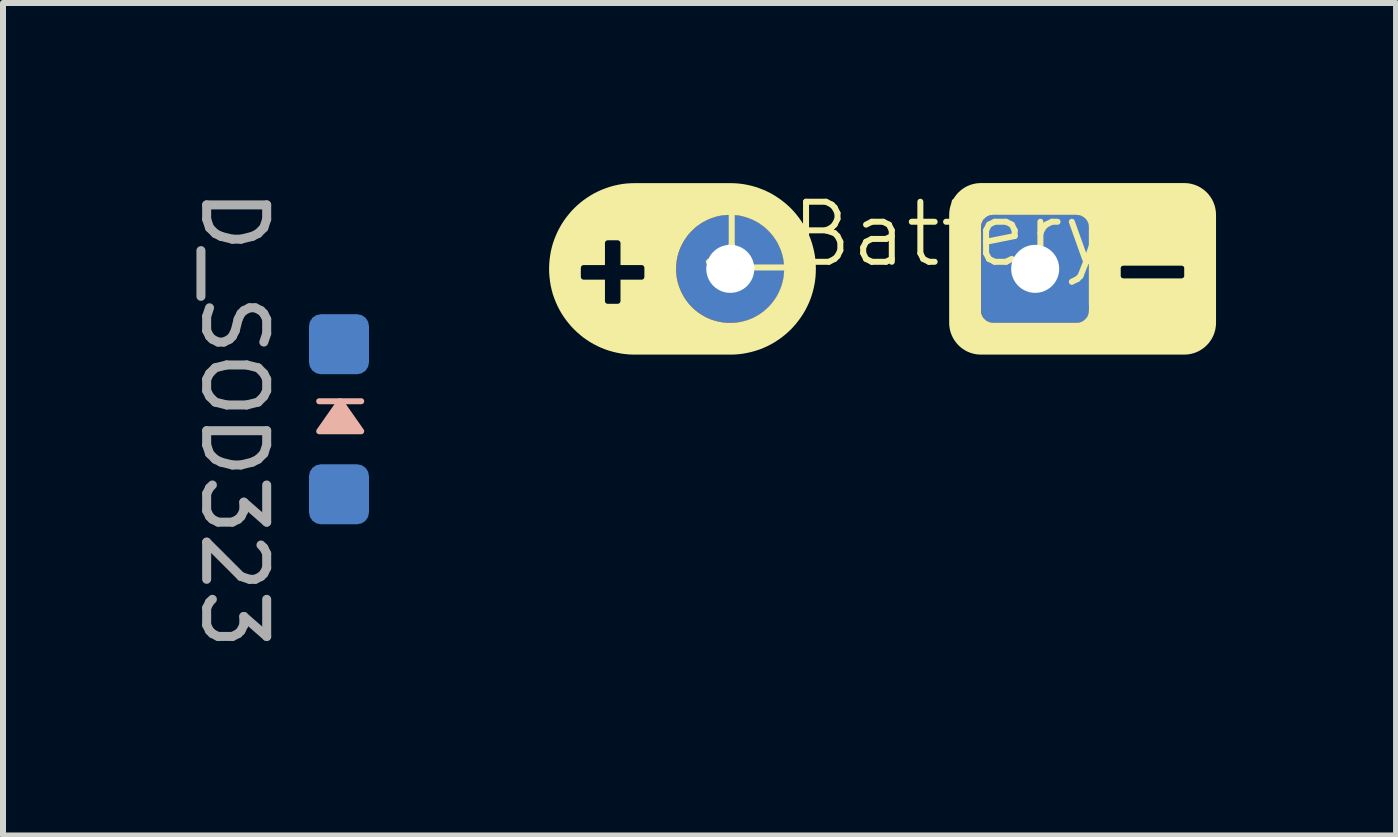
<source format=kicad_pcb>
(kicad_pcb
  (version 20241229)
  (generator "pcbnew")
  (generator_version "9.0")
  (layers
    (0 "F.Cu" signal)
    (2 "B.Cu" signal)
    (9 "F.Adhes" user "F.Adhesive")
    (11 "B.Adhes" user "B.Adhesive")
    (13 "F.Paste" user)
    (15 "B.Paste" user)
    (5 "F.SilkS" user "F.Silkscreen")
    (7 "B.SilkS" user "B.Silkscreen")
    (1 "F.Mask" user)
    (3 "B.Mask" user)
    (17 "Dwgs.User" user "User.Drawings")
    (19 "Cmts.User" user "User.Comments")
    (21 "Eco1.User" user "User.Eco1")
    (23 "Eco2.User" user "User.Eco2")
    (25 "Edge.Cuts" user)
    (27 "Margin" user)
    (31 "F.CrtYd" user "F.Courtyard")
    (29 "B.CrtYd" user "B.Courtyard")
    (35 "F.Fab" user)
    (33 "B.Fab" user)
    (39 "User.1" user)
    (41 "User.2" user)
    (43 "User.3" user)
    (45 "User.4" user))
  (footprint "D_SOD323"
    (layer "F.Cu")
    (at 2.598 3.935)
    (property "Reference" "D_SOD323" (at -1.75 0 270) (unlocked yes) (layer "F.Fab") (effects (font (size 1 1) (thickness 0.15))))
    (attr smd)
    (fp_line (start -0.33 -0.3) (end 0.37 -0.3) (stroke (width 0.1) (type solid)) (layer "B.SilkS"))
    (fp_poly (pts (xy 0.02 -0.3) (xy -0.33 0.2) (xy 0.37 0.2)) (stroke (width 0.1) (type solid)) (fill yes) (layer "B.SilkS"))
    (pad "1" smd roundrect (at 0 -1.25 90) (size 1 1) (layers "B.Cu" "B.Mask" "B.Paste") (roundrect_rratio 0.2))
    (pad "2" smd roundrect (at 0 1.25 90) (size 1 1) (layers "B.Cu" "B.Mask" "B.Paste") (roundrect_rratio 0.2)))
  (footprint "J_Battery"
    (layer "F.Cu")
    (at 11.657 1.429)
    (property "Reference" "J_Battery" (at 0.365 -0.575 0) (unlocked yes) (layer "F.SilkS") (effects (font (size 1 1) (thickness 0.1))))
    (attr through_hole)
    (fp_poly (pts (xy 5.051 -1.428) (xy 5.077 -1.426) (xy 5.104 -1.423) (xy 5.13 -1.418) (xy 5.156 -1.412) (xy 5.181 -1.405) (xy 5.205 -1.397) (xy 5.229 -1.387) (xy 5.253 -1.377) (xy 5.276 -1.365) (xy 5.298 -1.352) (xy 5.319 -1.338) (xy 5.34 -1.324) (xy 5.36 -1.308) (xy 5.379 -1.291) (xy 5.398 -1.274) (xy 5.415 -1.255) (xy 5.432 -1.236) (xy 5.447 -1.216) (xy 5.462 -1.195) (xy 5.476 -1.174) (xy 5.489 -1.152) (xy 5.5 -1.129) (xy 5.511 -1.106) (xy 5.52 -1.082) (xy 5.529 -1.057) (xy 5.536 -1.032) (xy 5.542 -1.006) (xy 5.546 -0.98) (xy 5.55 -0.954) (xy 5.552 -0.927) (xy 5.553 -0.9) (xy 5.553 0.9) (xy 5.552 0.927) (xy 5.55 0.954) (xy 5.546 0.98) (xy 5.542 1.006) (xy 5.536 1.032) (xy 5.529 1.057) (xy 5.52 1.082) (xy 5.511 1.106) (xy 5.5 1.129) (xy 5.489 1.152) (xy 5.476 1.174) (xy 5.462 1.195) (xy 5.447 1.216) (xy 5.432 1.236) (xy 5.415 1.255) (xy 5.398 1.274) (xy 5.379 1.291) (xy 5.36 1.308) (xy 5.34 1.324) (xy 5.319 1.338) (xy 5.298 1.352) (xy 5.276 1.365) (xy 5.253 1.377) (xy 5.229 1.387) (xy 5.205 1.397) (xy 5.181 1.405) (xy 5.156 1.412) (xy 5.13 1.418) (xy 5.104 1.423) (xy 5.077 1.426) (xy 5.051 1.428) (xy 5.023 1.429) (xy 1.637 1.429) (xy 1.609 1.428) (xy 1.583 1.426) (xy 1.556 1.423) (xy 1.53 1.418) (xy 1.504 1.412) (xy 1.479 1.405) (xy 1.455 1.397) (xy 1.431 1.387) (xy 1.407 1.377) (xy 1.384 1.365) (xy 1.362 1.352) (xy 1.341 1.338) (xy 1.32 1.324) (xy 1.3 1.308) (xy 1.281 1.291) (xy 1.262 1.274) (xy 1.245 1.255) (xy 1.228 1.236) (xy 1.213 1.216) (xy 1.198 1.195) (xy 1.184 1.174) (xy 1.171 1.152) (xy 1.16 1.129) (xy 1.149 1.106) (xy 1.14 1.082) (xy 1.131 1.057) (xy 1.124 1.032) (xy 1.118 1.006) (xy 1.114 0.98) (xy 1.11 0.954) (xy 1.108 0.927) (xy 1.107 0.9) (xy 1.107 -0.671) (xy 1.637 -0.671) (xy 1.637 -0.637) (xy 1.638 -0.572) (xy 1.638 0.616) (xy 1.638 0.649) (xy 1.638 0.666) (xy 1.638 0.682) (xy 1.638 0.699) (xy 1.639 0.707) (xy 1.639 0.715) (xy 1.64 0.723) (xy 1.641 0.732) (xy 1.643 0.74) (xy 1.645 0.748) (xy 1.648 0.758) (xy 1.651 0.768) (xy 1.655 0.778) (xy 1.66 0.788) (xy 1.666 0.798) (xy 1.671 0.807) (xy 1.678 0.816) (xy 1.685 0.824) (xy 1.692 0.833) (xy 1.7 0.841) (xy 1.708 0.848) (xy 1.717 0.855) (xy 1.725 0.862) (xy 1.735 0.868) (xy 1.744 0.873) (xy 1.754 0.879) (xy 1.763 0.883) (xy 1.773 0.886) (xy 1.783 0.889) (xy 1.793 0.892) (xy 1.803 0.894) (xy 1.813 0.896) (xy 1.823 0.897) (xy 1.833 0.898) (xy 1.843 0.899) (xy 1.854 0.899) (xy 1.874 0.899) (xy 1.915 0.899) (xy 3.163 0.899) (xy 3.202 0.9) (xy 3.221 0.899) (xy 3.231 0.899) (xy 3.24 0.898) (xy 3.25 0.898) (xy 3.26 0.896) (xy 3.269 0.895) (xy 3.278 0.893) (xy 3.288 0.891) (xy 3.297 0.888) (xy 3.306 0.885) (xy 3.315 0.881) (xy 3.32 0.879) (xy 3.325 0.876) (xy 3.331 0.873) (xy 3.336 0.87) (xy 3.34 0.867) (xy 3.345 0.864) (xy 3.35 0.86) (xy 3.355 0.857) (xy 3.359 0.853) (xy 3.364 0.849) (xy 3.368 0.846) (xy 3.372 0.842) (xy 3.376 0.838) (xy 3.38 0.833) (xy 3.384 0.829) (xy 3.388 0.825) (xy 3.394 0.819) (xy 3.399 0.812) (xy 3.403 0.805) (xy 3.408 0.798) (xy 3.412 0.791) (xy 3.415 0.784) (xy 3.421 0.769) (xy 3.426 0.753) (xy 3.43 0.737) (xy 3.432 0.721) (xy 3.434 0.704) (xy 3.435 0.688) (xy 3.436 0.671) (xy 3.436 0.637) (xy 3.434 0.572) (xy 3.434 -0.01) (xy 3.965 -0.01) (xy 3.965 0.116) (xy 3.965 0.118) (xy 3.965 0.12) (xy 3.965 0.123) (xy 3.966 0.125) (xy 3.966 0.127) (xy 3.967 0.129) (xy 3.968 0.131) (xy 3.968 0.133) (xy 3.969 0.135) (xy 3.97 0.137) (xy 3.972 0.138) (xy 3.973 0.14) (xy 3.974 0.142) (xy 3.976 0.144) (xy 3.977 0.145) (xy 3.979 0.147) (xy 3.98 0.148) (xy 3.982 0.149) (xy 3.984 0.151) (xy 3.986 0.152) (xy 3.988 0.153) (xy 3.99 0.154) (xy 3.992 0.155) (xy 3.995 0.156) (xy 3.997 0.156) (xy 3.999 0.157) (xy 4.001 0.158) (xy 4.004 0.158) (xy 4.006 0.158) (xy 4.009 0.159) (xy 4.012 0.159) (xy 4.014 0.159) (xy 4.972 0.159) (xy 4.975 0.159) (xy 4.977 0.159) (xy 4.98 0.158) (xy 4.983 0.158) (xy 4.985 0.158) (xy 4.988 0.157) (xy 4.99 0.156) (xy 4.992 0.156) (xy 4.995 0.155) (xy 4.997 0.154) (xy 4.999 0.153) (xy 5.001 0.152) (xy 5.003 0.151) (xy 5.006 0.149) (xy 5.008 0.148) (xy 5.01 0.147) (xy 5.011 0.145) (xy 5.013 0.144) (xy 5.014 0.142) (xy 5.016 0.14) (xy 5.017 0.138) (xy 5.018 0.137) (xy 5.019 0.135) (xy 5.02 0.133) (xy 5.021 0.131) (xy 5.021 0.129) (xy 5.022 0.127) (xy 5.022 0.125) (xy 5.023 0.123) (xy 5.023 0.12) (xy 5.023 0.118) (xy 5.023 0.116) (xy 5.023 -0.01) (xy 5.023 -0.012) (xy 5.023 -0.015) (xy 5.023 -0.017) (xy 5.022 -0.019) (xy 5.022 -0.021) (xy 5.021 -0.023) (xy 5.021 -0.025) (xy 5.02 -0.027) (xy 5.019 -0.029) (xy 5.018 -0.031) (xy 5.017 -0.033) (xy 5.016 -0.034) (xy 5.014 -0.036) (xy 5.013 -0.038) (xy 5.011 -0.039) (xy 5.01 -0.041) (xy 5.008 -0.042) (xy 5.006 -0.044) (xy 5.003 -0.045) (xy 5.001 -0.046) (xy 4.999 -0.047) (xy 4.997 -0.048) (xy 4.995 -0.049) (xy 4.992 -0.05) (xy 4.99 -0.051) (xy 4.988 -0.051) (xy 4.985 -0.052) (xy 4.983 -0.052) (xy 4.98 -0.052) (xy 4.977 -0.053) (xy 4.975 -0.053) (xy 4.972 -0.053) (xy 4.014 -0.053) (xy 4.012 -0.053) (xy 4.009 -0.053) (xy 4.006 -0.052) (xy 4.004 -0.052) (xy 4.001 -0.052) (xy 3.999 -0.051) (xy 3.997 -0.051) (xy 3.995 -0.05) (xy 3.992 -0.049) (xy 3.99 -0.048) (xy 3.988 -0.047) (xy 3.986 -0.046) (xy 3.984 -0.045) (xy 3.982 -0.044) (xy 3.98 -0.042) (xy 3.979 -0.041) (xy 3.977 -0.039) (xy 3.976 -0.038) (xy 3.974 -0.036) (xy 3.973 -0.034) (xy 3.972 -0.033) (xy 3.97 -0.031) (xy 3.969 -0.029) (xy 3.968 -0.027) (xy 3.968 -0.025) (xy 3.967 -0.023) (xy 3.966 -0.021) (xy 3.966 -0.019) (xy 3.965 -0.017) (xy 3.965 -0.015) (xy 3.965 -0.012) (xy 3.965 -0.01) (xy 3.434 -0.01) (xy 3.434 -0.616) (xy 3.435 -0.649) (xy 3.435 -0.666) (xy 3.435 -0.682) (xy 3.434 -0.699) (xy 3.434 -0.707) (xy 3.433 -0.715) (xy 3.432 -0.723) (xy 3.431 -0.732) (xy 3.43 -0.74) (xy 3.428 -0.748) (xy 3.425 -0.758) (xy 3.421 -0.768) (xy 3.417 -0.778) (xy 3.412 -0.788) (xy 3.407 -0.798) (xy 3.401 -0.807) (xy 3.395 -0.816) (xy 3.388 -0.824) (xy 3.38 -0.833) (xy 3.373 -0.841) (xy 3.364 -0.848) (xy 3.356 -0.855) (xy 3.347 -0.862) (xy 3.338 -0.868) (xy 3.328 -0.873) (xy 3.319 -0.878) (xy 3.309 -0.883) (xy 3.3 -0.886) (xy 3.29 -0.889) (xy 3.28 -0.892) (xy 3.27 -0.894) (xy 3.26 -0.896) (xy 3.25 -0.897) (xy 3.239 -0.898) (xy 3.229 -0.899) (xy 3.219 -0.899) (xy 3.198 -0.899) (xy 3.157 -0.899) (xy 1.919 -0.899) (xy 1.878 -0.9) (xy 1.857 -0.899) (xy 1.847 -0.899) (xy 1.837 -0.899) (xy 1.827 -0.898) (xy 1.816 -0.897) (xy 1.806 -0.895) (xy 1.796 -0.894) (xy 1.786 -0.891) (xy 1.777 -0.889) (xy 1.767 -0.885) (xy 1.757 -0.881) (xy 1.752 -0.879) (xy 1.747 -0.876) (xy 1.742 -0.873) (xy 1.737 -0.87) (xy 1.732 -0.867) (xy 1.727 -0.864) (xy 1.722 -0.86) (xy 1.718 -0.857) (xy 1.713 -0.853) (xy 1.709 -0.849) (xy 1.705 -0.846) (xy 1.7 -0.842) (xy 1.696 -0.838) (xy 1.692 -0.833) (xy 1.688 -0.829) (xy 1.684 -0.825) (xy 1.679 -0.819) (xy 1.674 -0.812) (xy 1.669 -0.805) (xy 1.665 -0.798) (xy 1.661 -0.791) (xy 1.657 -0.784) (xy 1.651 -0.769) (xy 1.647 -0.753) (xy 1.643 -0.737) (xy 1.64 -0.721) (xy 1.638 -0.704) (xy 1.637 -0.688) (xy 1.637 -0.671) (xy 1.107 -0.671) (xy 1.107 -0.9) (xy 1.108 -0.927) (xy 1.11 -0.954) (xy 1.114 -0.98) (xy 1.118 -1.006) (xy 1.124 -1.032) (xy 1.131 -1.057) (xy 1.14 -1.082) (xy 1.149 -1.106) (xy 1.16 -1.129) (xy 1.171 -1.152) (xy 1.184 -1.174) (xy 1.198 -1.195) (xy 1.213 -1.216) (xy 1.228 -1.236) (xy 1.245 -1.255) (xy 1.262 -1.274) (xy 1.281 -1.291) (xy 1.3 -1.308) (xy 1.32 -1.324) (xy 1.341 -1.338) (xy 1.362 -1.352) (xy 1.384 -1.365) (xy 1.407 -1.377) (xy 1.431 -1.387) (xy 1.455 -1.397) (xy 1.479 -1.405) (xy 1.504 -1.412) (xy 1.53 -1.418) (xy 1.556 -1.423) (xy 1.583 -1.426) (xy 1.609 -1.428) (xy 1.637 -1.429) (xy 5.023 -1.429)) (stroke (width 0) (type solid)) (fill yes) (layer "F.SilkS"))
    (fp_poly (pts (xy -2.469 -1.426) (xy -2.396 -1.421) (xy -2.325 -1.412) (xy -2.255 -1.399) (xy -2.185 -1.383) (xy -2.118 -1.364) (xy -2.051 -1.341) (xy -1.986 -1.316) (xy -1.923 -1.287) (xy -1.861 -1.256) (xy -1.802 -1.221) (xy -1.744 -1.184) (xy -1.688 -1.144) (xy -1.634 -1.102) (xy -1.582 -1.057) (xy -1.532 -1.01) (xy -1.485 -0.96) (xy -1.44 -0.908) (xy -1.398 -0.854) (xy -1.358 -0.798) (xy -1.321 -0.74) (xy -1.286 -0.68) (xy -1.255 -0.619) (xy -1.226 -0.555) (xy -1.2 -0.491) (xy -1.178 -0.424) (xy -1.159 -0.356) (xy -1.143 -0.287) (xy -1.13 -0.217) (xy -1.121 -0.145) (xy -1.116 -0.073) (xy -1.114 0.001) (xy -1.116 0.074) (xy -1.121 0.147) (xy -1.13 0.218) (xy -1.143 0.289) (xy -1.159 0.358) (xy -1.178 0.426) (xy -1.2 0.492) (xy -1.226 0.557) (xy -1.255 0.62) (xy -1.286 0.682) (xy -1.321 0.742) (xy -1.358 0.799) (xy -1.398 0.855) (xy -1.44 0.909) (xy -1.485 0.961) (xy -1.532 1.011) (xy -1.582 1.058) (xy -1.634 1.103) (xy -1.688 1.146) (xy -1.744 1.185) (xy -1.802 1.223) (xy -1.861 1.257) (xy -1.923 1.289) (xy -1.986 1.317) (xy -2.051 1.343) (xy -2.118 1.365) (xy -2.185 1.384) (xy -2.255 1.4) (xy -2.325 1.413) (xy -2.396 1.422) (xy -2.469 1.428) (xy -2.542 1.429) (xy -4.13 1.429) (xy -4.204 1.428) (xy -4.276 1.422) (xy -4.348 1.413) (xy -4.418 1.4) (xy -4.487 1.384) (xy -4.555 1.365) (xy -4.621 1.343) (xy -4.686 1.317) (xy -4.749 1.289) (xy -4.811 1.257) (xy -4.871 1.223) (xy -4.929 1.185) (xy -4.985 1.146) (xy -5.039 1.103) (xy -5.091 1.058) (xy -5.14 1.011) (xy -5.188 0.961) (xy -5.232 0.909) (xy -5.275 0.855) (xy -5.315 0.799) (xy -5.352 0.742) (xy -5.386 0.682) (xy -5.418 0.62) (xy -5.446 0.557) (xy -5.472 0.492) (xy -5.495 0.426) (xy -5.514 0.358) (xy -5.53 0.289) (xy -5.542 0.218) (xy -5.551 0.147) (xy -5.557 0.074) (xy -5.559 0.001) (xy -5.558 -0.014) (xy -5.03 -0.014) (xy -5.03 0.131) (xy -5.03 0.134) (xy -5.029 0.136) (xy -5.029 0.139) (xy -5.029 0.141) (xy -5.028 0.144) (xy -5.028 0.146) (xy -5.027 0.148) (xy -5.026 0.151) (xy -5.025 0.153) (xy -5.024 0.155) (xy -5.023 0.157) (xy -5.022 0.159) (xy -5.021 0.161) (xy -5.019 0.163) (xy -5.017 0.165) (xy -5.016 0.167) (xy -5.014 0.168) (xy -5.012 0.17) (xy -5.01 0.171) (xy -5.008 0.173) (xy -5.005 0.174) (xy -5.003 0.175) (xy -5.001 0.176) (xy -4.999 0.177) (xy -4.996 0.178) (xy -4.994 0.178) (xy -4.991 0.179) (xy -4.989 0.18) (xy -4.986 0.18) (xy -4.984 0.18) (xy -4.981 0.18) (xy -4.978 0.18) (xy -4.628 0.18) (xy -4.628 0.533) (xy -4.628 0.536) (xy -4.628 0.539) (xy -4.628 0.541) (xy -4.627 0.544) (xy -4.627 0.546) (xy -4.626 0.548) (xy -4.626 0.551) (xy -4.625 0.553) (xy -4.624 0.555) (xy -4.623 0.557) (xy -4.622 0.559) (xy -4.621 0.561) (xy -4.619 0.563) (xy -4.618 0.565) (xy -4.616 0.567) (xy -4.615 0.569) (xy -4.613 0.571) (xy -4.611 0.572) (xy -4.609 0.574) (xy -4.607 0.575) (xy -4.605 0.576) (xy -4.603 0.577) (xy -4.601 0.578) (xy -4.599 0.579) (xy -4.597 0.58) (xy -4.594 0.581) (xy -4.592 0.581) (xy -4.589 0.582) (xy -4.587 0.582) (xy -4.584 0.583) (xy -4.582 0.583) (xy -4.579 0.583) (xy -4.418 0.583) (xy -4.415 0.583) (xy -4.413 0.583) (xy -4.411 0.582) (xy -4.408 0.582) (xy -4.406 0.581) (xy -4.404 0.581) (xy -4.402 0.58) (xy -4.4 0.579) (xy -4.398 0.578) (xy -4.396 0.577) (xy -4.394 0.576) (xy -4.392 0.575) (xy -4.39 0.574) (xy -4.388 0.572) (xy -4.386 0.571) (xy -4.384 0.569) (xy -4.382 0.567) (xy -4.381 0.565) (xy -4.379 0.563) (xy -4.377 0.561) (xy -4.376 0.559) (xy -4.375 0.557) (xy -4.374 0.555) (xy -4.373 0.553) (xy -4.372 0.551) (xy -4.371 0.548) (xy -4.37 0.546) (xy -4.37 0.544) (xy -4.369 0.541) (xy -4.369 0.539) (xy -4.369 0.536) (xy -4.369 0.533) (xy -4.369 0.18) (xy -4.02 0.18) (xy -4.018 0.18) (xy -4.015 0.18) (xy -4.013 0.18) (xy -4.01 0.18) (xy -4.008 0.179) (xy -4.005 0.178) (xy -4.003 0.178) (xy -4.001 0.177) (xy -3.999 0.176) (xy -3.996 0.175) (xy -3.994 0.174) (xy -3.992 0.173) (xy -3.99 0.171) (xy -3.989 0.17) (xy -3.987 0.168) (xy -3.985 0.167) (xy -3.983 0.165) (xy -3.982 0.163) (xy -3.98 0.161) (xy -3.979 0.159) (xy -3.978 0.157) (xy -3.977 0.155) (xy -3.976 0.153) (xy -3.975 0.151) (xy -3.974 0.148) (xy -3.973 0.146) (xy -3.973 0.144) (xy -3.972 0.141) (xy -3.972 0.139) (xy -3.971 0.136) (xy -3.971 0.134) (xy -3.971 0.131) (xy -3.971 0.001) (xy -3.442 0.001) (xy -3.441 0.047) (xy -3.437 0.093) (xy -3.432 0.138) (xy -3.424 0.182) (xy -3.414 0.225) (xy -3.402 0.268) (xy -3.387 0.31) (xy -3.371 0.351) (xy -3.353 0.391) (xy -3.333 0.429) (xy -3.312 0.467) (xy -3.288 0.504) (xy -3.263 0.539) (xy -3.237 0.573) (xy -3.208 0.606) (xy -3.179 0.637) (xy -3.147 0.667) (xy -3.115 0.695) (xy -3.081 0.722) (xy -3.045 0.747) (xy -3.009 0.77) (xy -2.971 0.792) (xy -2.932 0.812) (xy -2.893 0.83) (xy -2.852 0.846) (xy -2.81 0.86) (xy -2.767 0.872) (xy -2.724 0.882) (xy -2.679 0.89) (xy -2.634 0.896) (xy -2.589 0.899) (xy -2.542 0.9) (xy -2.496 0.899) (xy -2.451 0.896) (xy -2.405 0.89) (xy -2.361 0.882) (xy -2.318 0.872) (xy -2.275 0.86) (xy -2.233 0.846) (xy -2.192 0.83) (xy -2.152 0.812) (xy -2.114 0.792) (xy -2.076 0.77) (xy -2.04 0.747) (xy -2.004 0.722) (xy -1.97 0.695) (xy -1.938 0.667) (xy -1.906 0.637) (xy -1.877 0.606) (xy -1.848 0.573) (xy -1.822 0.539) (xy -1.797 0.504) (xy -1.773 0.467) (xy -1.751 0.429) (xy -1.732 0.391) (xy -1.714 0.351) (xy -1.697 0.31) (xy -1.683 0.268) (xy -1.671 0.225) (xy -1.661 0.182) (xy -1.653 0.138) (xy -1.648 0.093) (xy -1.644 0.047) (xy -1.643 0.001) (xy -1.644 -0.046) (xy -1.648 -0.091) (xy -1.653 -0.136) (xy -1.661 -0.181) (xy -1.671 -0.224) (xy -1.683 -0.267) (xy -1.697 -0.309) (xy -1.714 -0.35) (xy -1.732 -0.389) (xy -1.751 -0.428) (xy -1.773 -0.466) (xy -1.797 -0.502) (xy -1.822 -0.538) (xy -1.848 -0.572) (xy -1.877 -0.604) (xy -1.906 -0.635) (xy -1.938 -0.665) (xy -1.97 -0.694) (xy -2.004 -0.72) (xy -2.04 -0.745) (xy -2.076 -0.769) (xy -2.114 -0.79) (xy -2.152 -0.81) (xy -2.192 -0.828) (xy -2.233 -0.844) (xy -2.275 -0.858) (xy -2.318 -0.871) (xy -2.361 -0.881) (xy -2.405 -0.889) (xy -2.451 -0.894) (xy -2.496 -0.898) (xy -2.542 -0.899) (xy -2.589 -0.898) (xy -2.634 -0.894) (xy -2.679 -0.889) (xy -2.724 -0.881) (xy -2.767 -0.871) (xy -2.81 -0.858) (xy -2.852 -0.844) (xy -2.893 -0.828) (xy -2.932 -0.81) (xy -2.971 -0.79) (xy -3.009 -0.769) (xy -3.045 -0.745) (xy -3.081 -0.72) (xy -3.115 -0.694) (xy -3.147 -0.665) (xy -3.179 -0.635) (xy -3.208 -0.604) (xy -3.237 -0.572) (xy -3.263 -0.538) (xy -3.288 -0.502) (xy -3.312 -0.466) (xy -3.333 -0.428) (xy -3.353 -0.389) (xy -3.371 -0.35) (xy -3.387 -0.309) (xy -3.402 -0.267) (xy -3.414 -0.224) (xy -3.424 -0.181) (xy -3.432 -0.136) (xy -3.437 -0.091) (xy -3.441 -0.046) (xy -3.442 0.001) (xy -3.971 0.001) (xy -3.971 -0.014) (xy -3.971 -0.017) (xy -3.971 -0.019) (xy -3.972 -0.022) (xy -3.972 -0.024) (xy -3.973 -0.027) (xy -3.973 -0.029) (xy -3.974 -0.031) (xy -3.975 -0.034) (xy -3.976 -0.036) (xy -3.977 -0.038) (xy -3.978 -0.04) (xy -3.979 -0.042) (xy -3.98 -0.044) (xy -3.982 -0.046) (xy -3.983 -0.048) (xy -3.985 -0.049) (xy -3.987 -0.051) (xy -3.989 -0.053) (xy -3.99 -0.054) (xy -3.992 -0.056) (xy -3.994 -0.057) (xy -3.996 -0.058) (xy -3.999 -0.059) (xy -4.001 -0.06) (xy -4.003 -0.061) (xy -4.005 -0.061) (xy -4.008 -0.062) (xy -4.01 -0.062) (xy -4.013 -0.063) (xy -4.015 -0.063) (xy -4.018 -0.063) (xy -4.02 -0.063) (xy -4.369 -0.063) (xy -4.369 -0.426) (xy -4.369 -0.429) (xy -4.369 -0.431) (xy -4.369 -0.434) (xy -4.37 -0.436) (xy -4.37 -0.439) (xy -4.371 -0.441) (xy -4.372 -0.444) (xy -4.373 -0.446) (xy -4.374 -0.448) (xy -4.375 -0.45) (xy -4.376 -0.452) (xy -4.377 -0.454) (xy -4.379 -0.456) (xy -4.381 -0.458) (xy -4.382 -0.46) (xy -4.384 -0.462) (xy -4.386 -0.463) (xy -4.388 -0.465) (xy -4.39 -0.466) (xy -4.392 -0.468) (xy -4.394 -0.469) (xy -4.396 -0.47) (xy -4.398 -0.471) (xy -4.4 -0.472) (xy -4.402 -0.473) (xy -4.404 -0.474) (xy -4.406 -0.474) (xy -4.408 -0.475) (xy -4.411 -0.475) (xy -4.413 -0.475) (xy -4.415 -0.476) (xy -4.418 -0.476) (xy -4.579 -0.476) (xy -4.582 -0.476) (xy -4.584 -0.475) (xy -4.587 -0.475) (xy -4.589 -0.475) (xy -4.592 -0.474) (xy -4.594 -0.474) (xy -4.597 -0.473) (xy -4.599 -0.472) (xy -4.601 -0.471) (xy -4.603 -0.47) (xy -4.605 -0.469) (xy -4.607 -0.468) (xy -4.609 -0.466) (xy -4.611 -0.465) (xy -4.613 -0.463) (xy -4.615 -0.462) (xy -4.616 -0.46) (xy -4.618 -0.458) (xy -4.619 -0.456) (xy -4.621 -0.454) (xy -4.622 -0.452) (xy -4.623 -0.45) (xy -4.624 -0.448) (xy -4.625 -0.446) (xy -4.626 -0.444) (xy -4.626 -0.441) (xy -4.627 -0.439) (xy -4.627 -0.436) (xy -4.628 -0.434) (xy -4.628 -0.431) (xy -4.628 -0.429) (xy -4.628 -0.426) (xy -4.628 -0.063) (xy -4.978 -0.063) (xy -4.981 -0.063) (xy -4.984 -0.063) (xy -4.986 -0.063) (xy -4.989 -0.062) (xy -4.991 -0.062) (xy -4.994 -0.061) (xy -4.996 -0.061) (xy -4.999 -0.06) (xy -5.001 -0.059) (xy -5.003 -0.058) (xy -5.005 -0.057) (xy -5.008 -0.056) (xy -5.01 -0.054) (xy -5.012 -0.053) (xy -5.014 -0.051) (xy -5.016 -0.049) (xy -5.017 -0.048) (xy -5.019 -0.046) (xy -5.021 -0.044) (xy -5.022 -0.042) (xy -5.023 -0.04) (xy -5.024 -0.038) (xy -5.025 -0.036) (xy -5.026 -0.034) (xy -5.027 -0.031) (xy -5.028 -0.029) (xy -5.028 -0.027) (xy -5.029 -0.024) (xy -5.029 -0.022) (xy -5.029 -0.019) (xy -5.03 -0.017) (xy -5.03 -0.014) (xy -5.558 -0.014) (xy -5.557 -0.073) (xy -5.551 -0.145) (xy -5.542 -0.217) (xy -5.53 -0.287) (xy -5.514 -0.356) (xy -5.495 -0.424) (xy -5.472 -0.491) (xy -5.446 -0.555) (xy -5.418 -0.619) (xy -5.386 -0.68) (xy -5.352 -0.74) (xy -5.315 -0.798) (xy -5.275 -0.854) (xy -5.232 -0.908) (xy -5.188 -0.96) (xy -5.14 -1.01) (xy -5.091 -1.057) (xy -5.039 -1.102) (xy -4.985 -1.144) (xy -4.929 -1.184) (xy -4.871 -1.221) (xy -4.811 -1.256) (xy -4.749 -1.287) (xy -4.686 -1.316) (xy -4.621 -1.341) (xy -4.555 -1.364) (xy -4.487 -1.383) (xy -4.418 -1.399) (xy -4.348 -1.412) (xy -4.276 -1.421) (xy -4.204 -1.426) (xy -4.13 -1.428) (xy -2.542 -1.428)) (stroke (width 0) (type solid)) (fill yes) (layer "F.SilkS"))
    (pad "1" thru_hole circle (at -2.54 0) (size 1.8 1.8) (drill 0.8) (layers "*.Cu" "*.Paste" "*.Mask"))
    (pad "2" thru_hole roundrect (at 2.54 0 90) (size 1.8 1.8) (drill 0.8) (layers "*.Cu" "*.Paste" "*.Mask") (roundrect_rratio 0.111)))
  (gr_rect
    (start -3 -3)
    (end 20.209 10.869)
    (stroke (width 0.1) (type default))
    (fill no)
    (layer "Edge.Cuts")))
</source>
